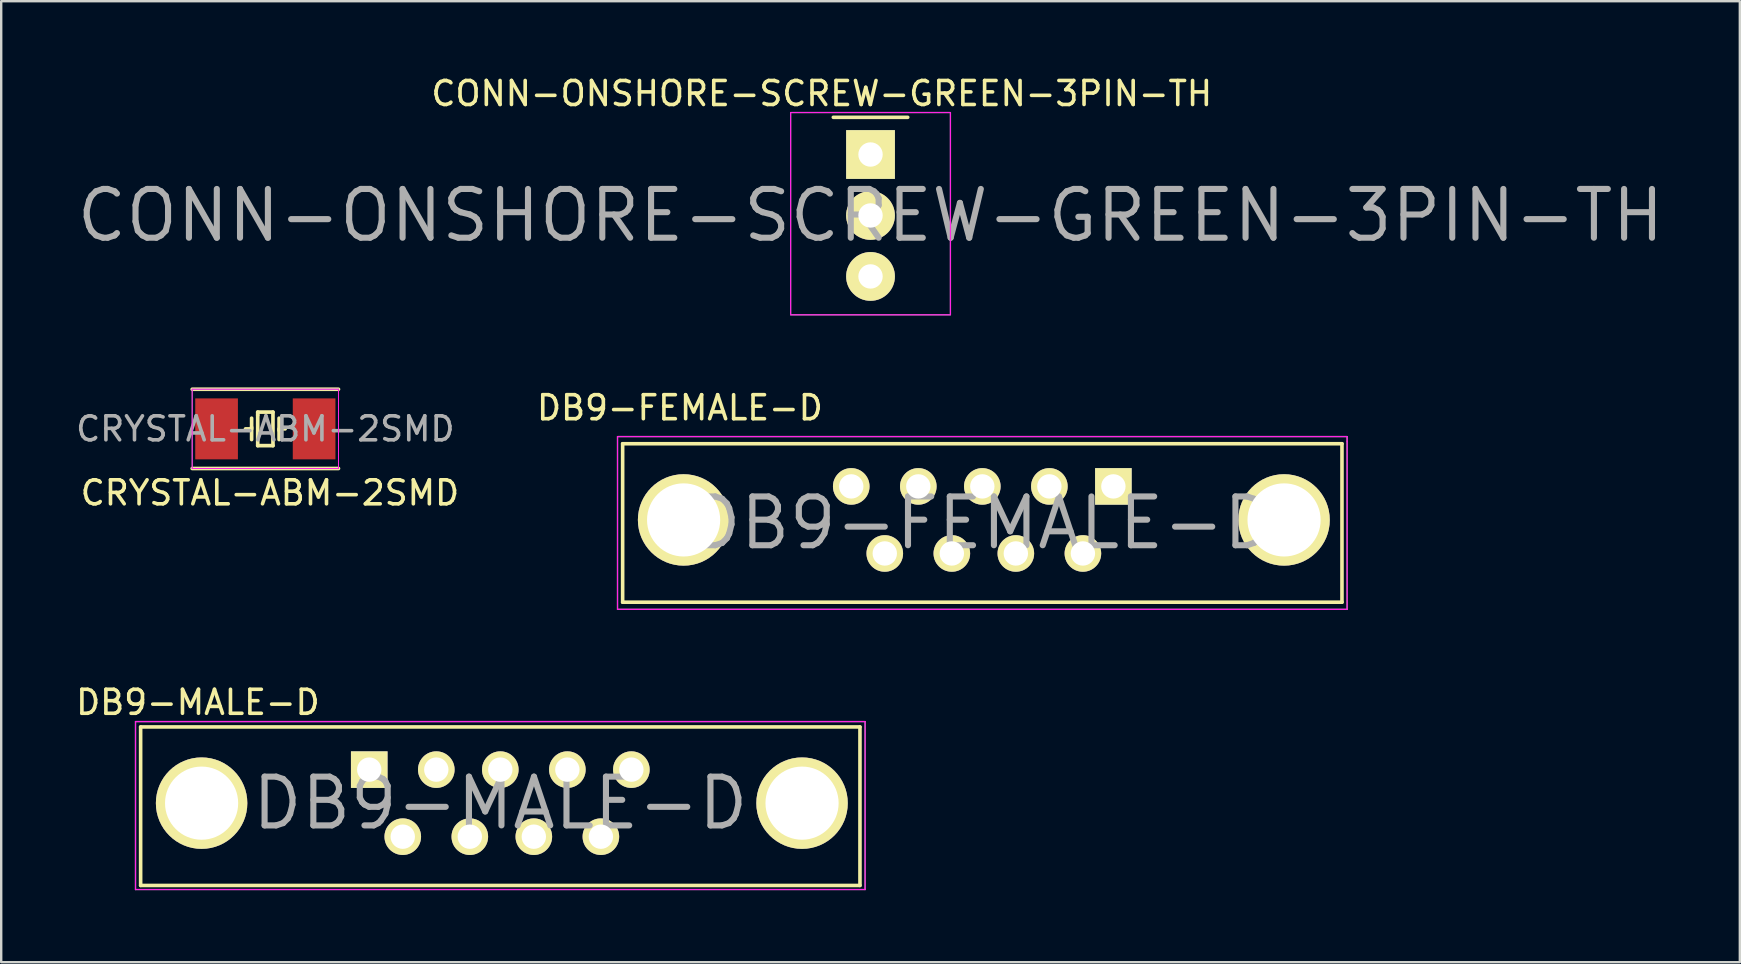
<source format=kicad_pcb>
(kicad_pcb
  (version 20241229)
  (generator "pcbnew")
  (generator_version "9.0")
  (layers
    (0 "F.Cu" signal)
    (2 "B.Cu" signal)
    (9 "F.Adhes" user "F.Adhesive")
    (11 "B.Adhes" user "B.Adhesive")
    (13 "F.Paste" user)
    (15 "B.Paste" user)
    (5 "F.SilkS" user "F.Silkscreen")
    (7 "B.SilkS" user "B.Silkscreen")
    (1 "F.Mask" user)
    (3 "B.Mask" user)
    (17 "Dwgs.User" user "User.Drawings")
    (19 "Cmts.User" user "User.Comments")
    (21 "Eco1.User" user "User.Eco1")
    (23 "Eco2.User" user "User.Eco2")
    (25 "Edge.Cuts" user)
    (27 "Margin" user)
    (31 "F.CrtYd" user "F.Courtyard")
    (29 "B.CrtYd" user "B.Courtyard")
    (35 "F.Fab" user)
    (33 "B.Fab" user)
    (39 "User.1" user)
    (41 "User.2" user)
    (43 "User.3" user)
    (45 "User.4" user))
  (footprint "CONN-ONSHORE-SCREW-GREEN-3PIN-TH"
    (layer "F.Cu")
    (at 33.222 3.388)
    (property "Reference" "CONN-ONSHORE-SCREW-GREEN-3PIN-TH" (at 0 2.54 0) (layer "F.Fab") (effects (font (size 2.032 2.032) (thickness 0.254))))
    (attr through_hole)
    (fp_line (start -1.55 -1.55) (end 1.55 -1.55) (stroke (width 0.15) (type solid)) (layer "F.SilkS"))
    (fp_line (start -3.33 -1.75) (end -3.33 6.68) (stroke (width 0.05) (type solid)) (layer "F.CrtYd"))
    (fp_line (start -3.3 -1.75) (end 3.3 -1.75) (stroke (width 0.05) (type solid)) (layer "F.CrtYd"))
    (fp_line (start -3.3 6.68) (end 3.3 6.68) (stroke (width 0.05) (type solid)) (layer "F.CrtYd"))
    (fp_line (start 3.33 -1.75) (end 3.33 6.68) (stroke (width 0.05) (type solid)) (layer "F.CrtYd"))
    (fp_line (start -3.33 -1.75) (end -3.33 6.68) (stroke (width 0.05) (type solid)) (layer "F.Fab"))
    (fp_line (start -3.3 -1.75) (end 3.3 -1.75) (stroke (width 0.05) (type solid)) (layer "F.Fab"))
    (fp_line (start -3.3 6.68) (end 3.3 6.68) (stroke (width 0.05) (type solid)) (layer "F.Fab"))
    (fp_line (start 3.33 -1.75) (end 3.33 6.68) (stroke (width 0.05) (type solid)) (layer "F.Fab"))
    (fp_circle (center 0 0) (end 0 0.254) (stroke (width 0.2) (type solid)) (fill no) (layer "F.Fab"))
    (fp_text user "${REFERENCE}" (at -2.032 -2.54 0) (layer "F.SilkS") (effects (font (size 1 1) (thickness 0.15))))
    (pad "1" thru_hole rect (at 0 0) (size 2.032 2.032) (drill 1.016) (layers "*.Cu" "*.Mask" "F.SilkS"))
    (pad "2" thru_hole oval (at 0 2.54) (size 2.032 2.032) (drill 1.016) (layers "*.Cu" "*.Mask" "F.SilkS"))
    (pad "3" thru_hole oval (at 0 5.08) (size 2.032 2.032) (drill 1.016) (layers "*.Cu" "*.Mask" "F.SilkS")))
  (footprint "DB9-MALE-D"
    (layer "F.Cu")
    (at 17.796 30.415)
    (property "Reference" "DB9-MALE-D" (at 0 0 0) (layer "F.Fab") (effects (font (size 2.032 2.032) (thickness 0.254))))
    (attr through_hole)
    (fp_line (start -14.986 -3.175) (end -14.986 3.429) (stroke (width 0.15) (type solid)) (layer "F.SilkS"))
    (fp_line (start -14.986 3.429) (end 14.986 3.429) (stroke (width 0.15) (type solid)) (layer "F.SilkS"))
    (fp_line (start 14.986 -3.175) (end -14.986 -3.175) (stroke (width 0.15) (type solid)) (layer "F.SilkS"))
    (fp_line (start 14.986 3.429) (end 14.986 -3.175) (stroke (width 0.15) (type solid)) (layer "F.SilkS"))
    (fp_line (start -15.2 -3.4) (end -15.2 3.6) (stroke (width 0.051) (type solid)) (layer "F.CrtYd"))
    (fp_line (start -15.2 3.6) (end 15.2 3.6) (stroke (width 0.051) (type solid)) (layer "F.CrtYd"))
    (fp_line (start 15.2 -3.4) (end -15.2 -3.4) (stroke (width 0.051) (type solid)) (layer "F.CrtYd"))
    (fp_line (start 15.2 3.6) (end 15.2 -3.4) (stroke (width 0.051) (type solid)) (layer "F.CrtYd"))
    (fp_line (start -15.2 -3.4) (end -15.2 3.6) (stroke (width 0.051) (type solid)) (layer "F.Fab"))
    (fp_line (start -15.2 3.6) (end 15.2 3.6) (stroke (width 0.051) (type solid)) (layer "F.Fab"))
    (fp_line (start 15.2 -3.4) (end -15.2 -3.4) (stroke (width 0.051) (type solid)) (layer "F.Fab"))
    (fp_line (start 15.2 3.6) (end 15.2 -3.4) (stroke (width 0.051) (type solid)) (layer "F.Fab"))
    (fp_text user "${REFERENCE}" (at -12.6 -4.2 0) (layer "F.SilkS") (effects (font (size 1 1) (thickness 0.15))))
    (pad "0" thru_hole circle (at -12.446 0) (size 3.81 3.81) (drill 3.048) (layers "*.Cu" "*.Mask" "F.SilkS"))
    (pad "0" thru_hole circle (at 12.573 0) (size 3.81 3.81) (drill 3.048) (layers "*.Cu" "*.Mask" "F.SilkS"))
    (pad "1" thru_hole rect (at -5.461 -1.397) (size 1.524 1.524) (drill 1.016) (layers "*.Cu" "*.Mask" "F.SilkS"))
    (pad "2" thru_hole circle (at -2.667 -1.397) (size 1.524 1.524) (drill 1.016) (layers "*.Cu" "*.Mask" "F.SilkS"))
    (pad "3" thru_hole circle (at 0 -1.397) (size 1.524 1.524) (drill 1.016) (layers "*.Cu" "*.Mask" "F.SilkS"))
    (pad "4" thru_hole circle (at 2.794 -1.397) (size 1.524 1.524) (drill 1.016) (layers "*.Cu" "*.Mask" "F.SilkS"))
    (pad "5" thru_hole circle (at 5.461 -1.397) (size 1.524 1.524) (drill 1.016) (layers "*.Cu" "*.Mask" "F.SilkS"))
    (pad "6" thru_hole circle (at -4.064 1.397) (size 1.524 1.524) (drill 1.016) (layers "*.Cu" "*.Mask" "F.SilkS"))
    (pad "7" thru_hole circle (at -1.27 1.397) (size 1.524 1.524) (drill 1.016) (layers "*.Cu" "*.Mask" "F.SilkS"))
    (pad "8" thru_hole circle (at 1.397 1.397) (size 1.524 1.524) (drill 1.016) (layers "*.Cu" "*.Mask" "F.SilkS"))
    (pad "9" thru_hole circle (at 4.191 1.397) (size 1.524 1.524) (drill 1.016) (layers "*.Cu" "*.Mask" "F.SilkS")))
  (footprint "DB9-FEMALE-D"
    (layer "F.Cu")
    (at 37.88 18.741)
    (property "Reference" "DB9-FEMALE-D" (at 0 0 0) (layer "F.Fab") (effects (font (size 2.032 2.032) (thickness 0.254))))
    (attr through_hole)
    (fp_line (start -14.986 -3.302) (end -14.986 3.302) (stroke (width 0.15) (type solid)) (layer "F.SilkS"))
    (fp_line (start -14.986 3.302) (end 14.986 3.302) (stroke (width 0.15) (type solid)) (layer "F.SilkS"))
    (fp_line (start 14.986 -3.302) (end -14.986 -3.302) (stroke (width 0.15) (type solid)) (layer "F.SilkS"))
    (fp_line (start 14.986 3.302) (end 14.986 -3.302) (stroke (width 0.15) (type solid)) (layer "F.SilkS"))
    (fp_line (start -15.2 -3.6) (end 15.2 -3.6) (stroke (width 0.051) (type solid)) (layer "F.CrtYd"))
    (fp_line (start -15.2 3.6) (end -15.2 -3.6) (stroke (width 0.051) (type solid)) (layer "F.CrtYd"))
    (fp_line (start 15.2 -3.6) (end 15.2 -3.4) (stroke (width 0.051) (type solid)) (layer "F.CrtYd"))
    (fp_line (start 15.2 -3.4) (end 15.2 3.6) (stroke (width 0.051) (type solid)) (layer "F.CrtYd"))
    (fp_line (start 15.2 3.6) (end -15.2 3.6) (stroke (width 0.051) (type solid)) (layer "F.CrtYd"))
    (fp_line (start -15.2 -3.6) (end 15.2 -3.6) (stroke (width 0.051) (type solid)) (layer "F.Fab"))
    (fp_line (start -15.2 3.6) (end -15.2 -3.6) (stroke (width 0.051) (type solid)) (layer "F.Fab"))
    (fp_line (start 15.2 -3.6) (end 15.2 3.6) (stroke (width 0.051) (type solid)) (layer "F.Fab"))
    (fp_line (start 15.2 3.6) (end -15.2 3.6) (stroke (width 0.051) (type solid)) (layer "F.Fab"))
    (fp_text user "${REFERENCE}" (at -12.6 -4.8 0) (layer "F.SilkS") (effects (font (size 1 1) (thickness 0.15))))
    (pad "0" thru_hole circle (at -12.446 -0.127) (size 3.81 3.81) (drill 3.048) (layers "*.Cu" "*.Mask" "F.SilkS"))
    (pad "0" thru_hole circle (at 12.573 -0.127) (size 3.81 3.81) (drill 3.048) (layers "*.Cu" "*.Mask" "F.SilkS"))
    (pad "1" thru_hole rect (at 5.461 -1.524) (size 1.524 1.524) (drill 1.016) (layers "*.Cu" "*.Mask" "F.SilkS"))
    (pad "2" thru_hole circle (at 2.794 -1.524) (size 1.524 1.524) (drill 1.016) (layers "*.Cu" "*.Mask" "F.SilkS"))
    (pad "3" thru_hole circle (at 0 -1.524) (size 1.524 1.524) (drill 1.016) (layers "*.Cu" "*.Mask" "F.SilkS"))
    (pad "4" thru_hole circle (at -2.667 -1.524) (size 1.524 1.524) (drill 1.016) (layers "*.Cu" "*.Mask" "F.SilkS"))
    (pad "5" thru_hole circle (at -5.461 -1.524) (size 1.524 1.524) (drill 1.016) (layers "*.Cu" "*.Mask" "F.SilkS"))
    (pad "6" thru_hole circle (at 4.191 1.27) (size 1.524 1.524) (drill 1.016) (layers "*.Cu" "*.Mask" "F.SilkS"))
    (pad "7" thru_hole circle (at 1.397 1.27) (size 1.524 1.524) (drill 1.016) (layers "*.Cu" "*.Mask" "F.SilkS"))
    (pad "8" thru_hole circle (at -1.27 1.27) (size 1.524 1.524) (drill 1.016) (layers "*.Cu" "*.Mask" "F.SilkS"))
    (pad "9" thru_hole circle (at -4.064 1.27) (size 1.524 1.524) (drill 1.016) (layers "*.Cu" "*.Mask" "F.SilkS")))
  (footprint "CRYSTAL-ABM-2SMD"
    (layer "F.Cu")
    (at 8.006 14.82)
    (property "Reference" "CRYSTAL-ABM-2SMD" (at 0 0 0) (layer "F.Fab") (effects (font (size 1 1) (thickness 0.15))))
    (attr through_hole)
    (fp_line (start -3.048 1.651) (end 3.048 1.651) (stroke (width 0.152) (type solid)) (layer "F.SilkS"))
    (fp_line (start -0.572 -0.064) (end -0.572 -0.445) (stroke (width 0.152) (type solid)) (layer "F.SilkS"))
    (fp_line (start -0.572 -0.064) (end -0.572 0.445) (stroke (width 0.152) (type solid)) (layer "F.SilkS"))
    (fp_line (start -0.572 0) (end -0.826 0) (stroke (width 0.152) (type solid)) (layer "F.SilkS"))
    (fp_line (start -0.318 -0.699) (end -0.318 -0.572) (stroke (width 0.152) (type solid)) (layer "F.SilkS"))
    (fp_line (start -0.318 -0.572) (end -0.318 0.699) (stroke (width 0.152) (type solid)) (layer "F.SilkS"))
    (fp_line (start -0.318 0.699) (end 0.318 0.699) (stroke (width 0.152) (type solid)) (layer "F.SilkS"))
    (fp_line (start 0.318 -0.699) (end -0.318 -0.699) (stroke (width 0.152) (type solid)) (layer "F.SilkS"))
    (fp_line (start 0.318 0.699) (end 0.318 -0.699) (stroke (width 0.152) (type solid)) (layer "F.SilkS"))
    (fp_line (start 0.572 0) (end 0.826 0) (stroke (width 0.152) (type solid)) (layer "F.SilkS"))
    (fp_line (start 0.572 0.064) (end 0.572 -0.445) (stroke (width 0.152) (type solid)) (layer "F.SilkS"))
    (fp_line (start 0.572 0.064) (end 0.572 0.445) (stroke (width 0.152) (type solid)) (layer "F.SilkS"))
    (fp_line (start 3.048 -1.651) (end -3.048 -1.651) (stroke (width 0.152) (type solid)) (layer "F.SilkS"))
    (fp_line (start -3.048 -1.651) (end -3.048 1.651) (stroke (width 0.041) (type solid)) (layer "F.CrtYd"))
    (fp_line (start -3.048 -1.651) (end 3.048 -1.651) (stroke (width 0.041) (type solid)) (layer "F.CrtYd"))
    (fp_line (start -3.048 1.651) (end 3.048 1.651) (stroke (width 0.041) (type solid)) (layer "F.CrtYd"))
    (fp_line (start 3.048 1.651) (end 3.048 -1.651) (stroke (width 0.041) (type solid)) (layer "F.CrtYd"))
    (fp_line (start -3.048 -1.651) (end -3.048 1.651) (stroke (width 0.041) (type solid)) (layer "F.Fab"))
    (fp_line (start -3.048 1.651) (end 3.048 1.651) (stroke (width 0.041) (type solid)) (layer "F.Fab"))
    (fp_line (start 3.048 -1.651) (end -3.048 -1.651) (stroke (width 0.041) (type solid)) (layer "F.Fab"))
    (fp_line (start 3.048 1.651) (end 3.048 -1.651) (stroke (width 0.041) (type solid)) (layer "F.Fab"))
    (fp_text user "${REFERENCE}" (at 0.191 2.667 0) (layer "F.SilkS") (effects (font (size 1 1) (thickness 0.15))))
    (pad "1" smd rect (at -2.032 0) (size 1.778 2.54) (layers "F.Cu" "F.Mask" "F.Paste"))
    (pad "2" smd rect (at 2.032 0) (size 1.778 2.54) (layers "F.Cu" "F.Mask" "F.Paste")))
  (gr_rect
    (start -3 -3)
    (end 69.444 37.041)
    (stroke (width 0.1) (type default))
    (fill no)
    (layer "Edge.Cuts")))
</source>
